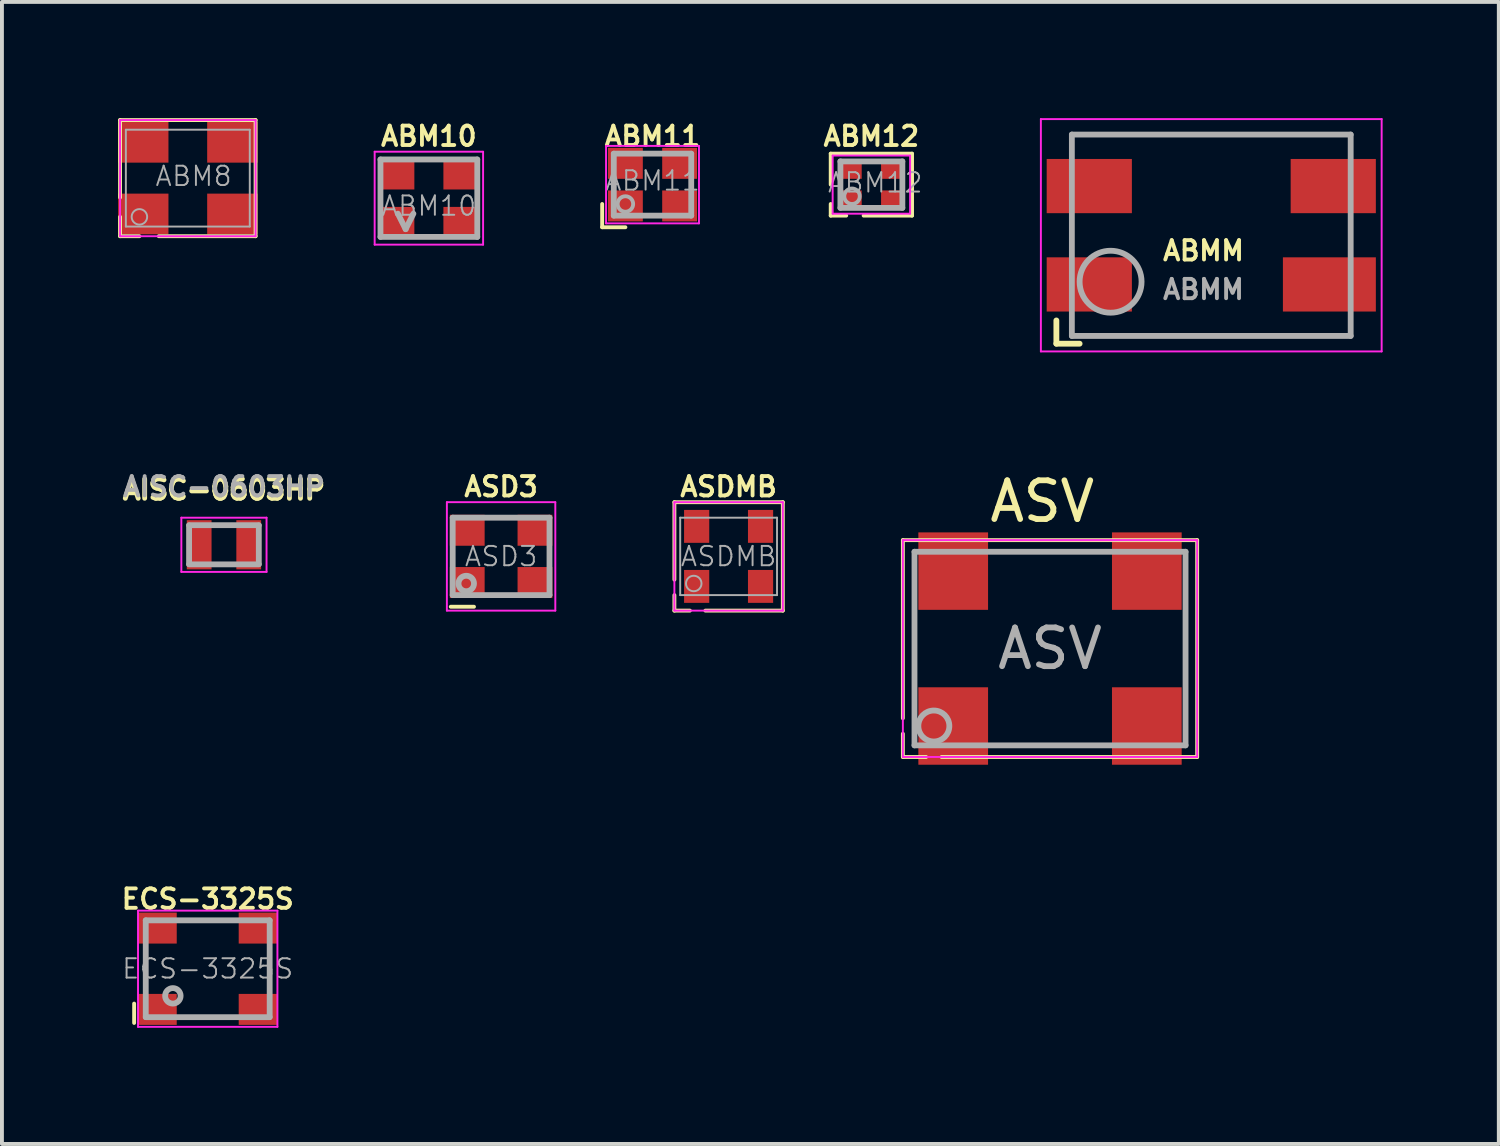
<source format=kicad_pcb>
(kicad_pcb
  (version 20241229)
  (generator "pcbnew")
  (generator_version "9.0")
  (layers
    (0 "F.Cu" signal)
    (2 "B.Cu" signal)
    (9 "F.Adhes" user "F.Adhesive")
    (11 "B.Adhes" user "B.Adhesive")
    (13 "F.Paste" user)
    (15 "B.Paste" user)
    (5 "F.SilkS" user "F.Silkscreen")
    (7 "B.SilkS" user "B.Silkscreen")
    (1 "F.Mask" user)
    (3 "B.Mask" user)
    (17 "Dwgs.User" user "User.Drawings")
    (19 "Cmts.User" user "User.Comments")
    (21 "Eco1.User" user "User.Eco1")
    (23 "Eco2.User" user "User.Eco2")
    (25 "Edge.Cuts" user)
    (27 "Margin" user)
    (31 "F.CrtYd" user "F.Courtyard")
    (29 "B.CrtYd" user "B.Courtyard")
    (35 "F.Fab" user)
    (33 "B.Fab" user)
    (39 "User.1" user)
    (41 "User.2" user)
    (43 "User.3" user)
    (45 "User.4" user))
  (footprint "AISC-0603HP"
    (layer "F.Cu")
    (at 2.733 11.018)
    (property "Reference" "AISC-0603HP" (at 0 -1.425 0) (layer "F.SilkS") (effects (font (size 0.5 0.5) (thickness 0.125))))
    (attr smd)
    (fp_line (start -1.1 -0.7) (end -1.1 0.7) (stroke (width 0.05) (type solid)) (layer "F.CrtYd"))
    (fp_line (start -1.1 -0.7) (end 1.1 -0.7) (stroke (width 0.05) (type solid)) (layer "F.CrtYd"))
    (fp_line (start -1.1 0.7) (end 1.1 0.7) (stroke (width 0.05) (type solid)) (layer "F.CrtYd"))
    (fp_line (start 1.1 -0.7) (end 1.1 0.7) (stroke (width 0.05) (type solid)) (layer "F.CrtYd"))
    (fp_line (start -0.9 -0.5) (end -0.9 0.5) (stroke (width 0.15) (type solid)) (layer "F.Fab"))
    (fp_line (start -0.9 0.506) (end 0.9 0.506) (stroke (width 0.15) (type solid)) (layer "F.Fab"))
    (fp_line (start 0.9 -0.506) (end -0.9 -0.506) (stroke (width 0.15) (type solid)) (layer "F.Fab"))
    (fp_line (start 0.9 0.5) (end 0.9 -0.5) (stroke (width 0.15) (type solid)) (layer "F.Fab"))
    (fp_text user "${REFERENCE}" (at 0 -1.5 0) (layer "F.Fab") (effects (font (size 0.5 0.5) (thickness 0.1))))
    (pad "1" smd rect (at -0.64 0) (size 0.64 1.27) (layers "F.Cu" "F.Mask" "F.Paste"))
    (pad "2" smd rect (at 0.64 0) (size 0.64 1.27) (layers "F.Cu" "F.Mask" "F.Paste")))
  (footprint "ASD3"
    (layer "F.Cu")
    (at 9.89 11.318)
    (property "Reference" "ASD3" (at 0 -1.8 0) (layer "F.SilkS") (effects (font (size 0.5 0.5) (thickness 0.1))))
    (attr smd)
    (fp_line (start -1.3 1.3) (end -0.7 1.3) (stroke (width 0.1) (type solid)) (layer "F.SilkS"))
    (fp_line (start -1.4 -1.4) (end 1.4 -1.4) (stroke (width 0.05) (type solid)) (layer "F.CrtYd"))
    (fp_line (start -1.4 1.4) (end -1.4 -1.4) (stroke (width 0.05) (type solid)) (layer "F.CrtYd"))
    (fp_line (start 1.4 -1.4) (end 1.4 1.4) (stroke (width 0.05) (type solid)) (layer "F.CrtYd"))
    (fp_line (start 1.4 1.4) (end -1.4 1.4) (stroke (width 0.05) (type solid)) (layer "F.CrtYd"))
    (fp_line (start -1.25 -1) (end 1.25 -1) (stroke (width 0.15) (type solid)) (layer "F.Fab"))
    (fp_line (start -1.25 1) (end -1.25 -1) (stroke (width 0.15) (type solid)) (layer "F.Fab"))
    (fp_line (start 1.25 -1) (end 1.25 1) (stroke (width 0.15) (type solid)) (layer "F.Fab"))
    (fp_line (start 1.25 1) (end -1.25 1) (stroke (width 0.15) (type solid)) (layer "F.Fab"))
    (fp_circle (center -0.9 0.7) (end -0.7 0.7) (stroke (width 0.15) (type solid)) (fill no) (layer "F.Fab"))
    (fp_text user "${REFERENCE}" (at 0 0 0) (layer "F.Fab") (effects (font (size 0.5 0.5) (thickness 0.05))))
    (pad "1" smd rect (at -0.875 0.675) (size 0.9 0.8) (layers "F.Cu" "F.Mask" "F.Paste"))
    (pad "2" smd rect (at 0.875 0.675) (size 0.9 0.8) (layers "F.Cu" "F.Mask" "F.Paste"))
    (pad "3" smd rect (at 0.875 -0.675) (size 0.9 0.8) (layers "F.Cu" "F.Mask" "F.Paste"))
    (pad "4" smd rect (at -0.875 -0.675) (size 0.9 0.8) (layers "F.Cu" "F.Mask" "F.Paste")))
  (footprint "ASDMB"
    (layer "F.Cu")
    (at 15.765 11.318)
    (property "Reference" "ASDMB" (at 0 -1.8 0) (layer "F.SilkS") (effects (font (size 0.5 0.5) (thickness 0.1))))
    (attr smd)
    (fp_line (start -1.4 -1.4) (end 1.4 -1.4) (stroke (width 0.1) (type solid)) (layer "F.SilkS"))
    (fp_line (start -1.4 0.6) (end -1.4 -1.4) (stroke (width 0.1) (type solid)) (layer "F.SilkS"))
    (fp_line (start -1.4 1) (end -1.4 1.4) (stroke (width 0.1) (type solid)) (layer "F.SilkS"))
    (fp_line (start -1.4 1.4) (end -1 1.4) (stroke (width 0.1) (type solid)) (layer "F.SilkS"))
    (fp_line (start 1.4 -1.4) (end 1.4 1.4) (stroke (width 0.1) (type solid)) (layer "F.SilkS"))
    (fp_line (start 1.4 1.4) (end -0.6 1.4) (stroke (width 0.1) (type solid)) (layer "F.SilkS"))
    (fp_line (start -1.4 -1.4) (end 1.4 -1.4) (stroke (width 0.05) (type solid)) (layer "F.CrtYd"))
    (fp_line (start -1.4 1.4) (end -1.4 -1.4) (stroke (width 0.05) (type solid)) (layer "F.CrtYd"))
    (fp_line (start 1.4 -1.4) (end 1.4 1.4) (stroke (width 0.05) (type solid)) (layer "F.CrtYd"))
    (fp_line (start 1.4 1.4) (end -1.4 1.4) (stroke (width 0.05) (type solid)) (layer "F.CrtYd"))
    (fp_line (start -1.25 -1) (end 1.25 -1) (stroke (width 0.05) (type solid)) (layer "F.Fab"))
    (fp_line (start -1.25 1) (end -1.25 -1) (stroke (width 0.05) (type solid)) (layer "F.Fab"))
    (fp_line (start 1.25 -1) (end 1.25 1) (stroke (width 0.05) (type solid)) (layer "F.Fab"))
    (fp_line (start 1.25 1) (end -1.25 1) (stroke (width 0.05) (type solid)) (layer "F.Fab"))
    (fp_circle (center -0.9 0.7) (end -0.7 0.7) (stroke (width 0.05) (type solid)) (fill no) (layer "F.Fab"))
    (fp_text user "${REFERENCE}" (at 0 0 0) (layer "F.Fab") (effects (font (size 0.5 0.5) (thickness 0.05))))
    (pad "1" smd rect (at -0.825 0.775) (size 0.65 0.85) (layers "F.Cu" "F.Mask" "F.Paste"))
    (pad "2" smd rect (at 0.825 0.775) (size 0.65 0.85) (layers "F.Cu" "F.Mask" "F.Paste"))
    (pad "3" smd rect (at 0.825 -0.775) (size 0.65 0.85) (layers "F.Cu" "F.Mask" "F.Paste"))
    (pad "4" smd rect (at -0.825 -0.775) (size 0.65 0.85) (layers "F.Cu" "F.Mask" "F.Paste")))
  (footprint "ASV"
    (layer "F.Cu")
    (at 24.065 13.698)
    (property "Reference" "ASV" (at -0.2 -3.8 0) (layer "F.SilkS") (effects (font (size 1 1) (thickness 0.15))))
    (attr smd)
    (fp_line (start -3.8 -2.8) (end 3.8 -2.8) (stroke (width 0.1) (type solid)) (layer "F.SilkS"))
    (fp_line (start -3.8 1.8) (end -3.8 -2.8) (stroke (width 0.1) (type solid)) (layer "F.SilkS"))
    (fp_line (start -3.8 2.2) (end -3.8 2.8) (stroke (width 0.1) (type solid)) (layer "F.SilkS"))
    (fp_line (start -3.8 2.8) (end -3.2 2.8) (stroke (width 0.1) (type solid)) (layer "F.SilkS"))
    (fp_line (start 3.8 -2.8) (end 3.8 2.8) (stroke (width 0.1) (type solid)) (layer "F.SilkS"))
    (fp_line (start 3.8 2.8) (end -2.8 2.8) (stroke (width 0.1) (type solid)) (layer "F.SilkS"))
    (fp_line (start -3.8 -2.8) (end 3.8 -2.8) (stroke (width 0.05) (type solid)) (layer "F.CrtYd"))
    (fp_line (start -3.8 2.8) (end -3.8 -2.8) (stroke (width 0.05) (type solid)) (layer "F.CrtYd"))
    (fp_line (start 3.8 -2.8) (end 3.8 2.8) (stroke (width 0.05) (type solid)) (layer "F.CrtYd"))
    (fp_line (start 3.8 2.8) (end -3.8 2.8) (stroke (width 0.05) (type solid)) (layer "F.CrtYd"))
    (fp_line (start -3.5 -2.5) (end 3.5 -2.5) (stroke (width 0.15) (type solid)) (layer "F.Fab"))
    (fp_line (start -3.5 2.5) (end -3.5 -2.5) (stroke (width 0.15) (type solid)) (layer "F.Fab"))
    (fp_line (start 3.5 -2.5) (end 3.5 2.5) (stroke (width 0.15) (type solid)) (layer "F.Fab"))
    (fp_line (start 3.5 2.5) (end -3.5 2.5) (stroke (width 0.15) (type solid)) (layer "F.Fab"))
    (fp_circle (center -3 2) (end -2.6 2) (stroke (width 0.15) (type solid)) (fill no) (layer "F.Fab"))
    (fp_text user "${REFERENCE}" (at 0 0 0) (layer "F.Fab") (effects (font (size 1 1) (thickness 0.15))))
    (pad "1" smd rect (at -2.5 2) (size 1.8 2) (layers "F.Cu" "F.Mask" "F.Paste"))
    (pad "2" smd rect (at 2.5 2) (size 1.8 2) (layers "F.Cu" "F.Mask" "F.Paste"))
    (pad "3" smd rect (at 2.5 -2) (size 1.8 2) (layers "F.Cu" "F.Mask" "F.Paste"))
    (pad "4" smd rect (at -2.5 -2) (size 1.8 2) (layers "F.Cu" "F.Mask" "F.Paste")))
  (footprint "ABM12"
    (layer "F.Cu")
    (at 19.452 1.718)
    (property "Reference" "ABM12" (at 0 -1.25 0) (layer "F.SilkS") (effects (font (size 0.5 0.5) (thickness 0.1))))
    (attr smd)
    (fp_line (start -1.05 -0.8) (end 1.05 -0.8) (stroke (width 0.1) (type solid)) (layer "F.SilkS"))
    (fp_line (start -1.05 0) (end -1.05 -0.8) (stroke (width 0.1) (type solid)) (layer "F.SilkS"))
    (fp_line (start -1.05 0.5) (end -1.05 0.8) (stroke (width 0.1) (type solid)) (layer "F.SilkS"))
    (fp_line (start -1.05 0.8) (end -0.65 0.8) (stroke (width 0.1) (type solid)) (layer "F.SilkS"))
    (fp_line (start 1.05 -0.8) (end 1.05 0.8) (stroke (width 0.1) (type solid)) (layer "F.SilkS"))
    (fp_line (start 1.05 0.8) (end -0.2 0.8) (stroke (width 0.1) (type solid)) (layer "F.SilkS"))
    (fp_line (start -1 -0.75) (end 1 -0.75) (stroke (width 0.05) (type solid)) (layer "F.CrtYd"))
    (fp_line (start -1 0.75) (end -1 -0.75) (stroke (width 0.05) (type solid)) (layer "F.CrtYd"))
    (fp_line (start 1 -0.75) (end 1 0.75) (stroke (width 0.05) (type solid)) (layer "F.CrtYd"))
    (fp_line (start 1 0.75) (end -1 0.75) (stroke (width 0.05) (type solid)) (layer "F.CrtYd"))
    (fp_line (start -0.8 -0.6) (end 0.8 -0.6) (stroke (width 0.15) (type solid)) (layer "F.Fab"))
    (fp_line (start -0.8 0.6) (end -0.8 -0.6) (stroke (width 0.15) (type solid)) (layer "F.Fab"))
    (fp_line (start 0.8 -0.6) (end -0.8 -0.6) (stroke (width 0.05) (type solid)) (layer "F.Fab"))
    (fp_line (start 0.8 -0.6) (end 0.8 0.6) (stroke (width 0.15) (type solid)) (layer "F.Fab"))
    (fp_line (start 0.8 0.6) (end -0.8 0.6) (stroke (width 0.15) (type solid)) (layer "F.Fab"))
    (fp_circle (center -0.5 0.3) (end -0.3 0.3) (stroke (width 0.1) (type solid)) (fill no) (layer "F.Fab"))
    (fp_text user "${REFERENCE}" (at 0.1 -0.05 0) (layer "F.Fab") (effects (font (size 0.5 0.5) (thickness 0.05))))
    (pad "1" smd rect (at -0.55 0.4 180) (size 0.6 0.5) (layers "F.Cu" "F.Mask" "F.Paste"))
    (pad "2" smd rect (at 0.55 0.4 180) (size 0.6 0.5) (layers "F.Cu" "F.Mask" "F.Paste"))
    (pad "3" smd rect (at 0.55 -0.4 180) (size 0.6 0.5) (layers "F.Cu" "F.Mask" "F.Paste"))
    (pad "4" smd rect (at -0.55 -0.4 180) (size 0.6 0.5) (layers "F.Cu" "F.Mask" "F.Paste")))
  (footprint "ABMM"
    (layer "F.Cu")
    (at 28.229 3.025)
    (property "Reference" "ABMM" (at -0.2 0.4 180) (layer "F.SilkS") (effects (font (size 0.5 0.5) (thickness 0.1))))
    (attr smd)
    (fp_line (start -4 2.2) (end -4 2.8) (stroke (width 0.15) (type solid)) (layer "F.SilkS"))
    (fp_line (start -4 2.8) (end -3.4 2.8) (stroke (width 0.15) (type solid)) (layer "F.SilkS"))
    (fp_line (start -3.4 2.8) (end -3.4 2.8) (stroke (width 0.05) (type solid)) (layer "F.SilkS"))
    (fp_line (start -4.4 -3) (end -4.4 3) (stroke (width 0.05) (type solid)) (layer "F.CrtYd"))
    (fp_line (start -4.4 3) (end 4.4 3) (stroke (width 0.05) (type solid)) (layer "F.CrtYd"))
    (fp_line (start 4.4 -3) (end -4.4 -3) (stroke (width 0.05) (type solid)) (layer "F.CrtYd"))
    (fp_line (start 4.4 3) (end 4.4 -3) (stroke (width 0.05) (type solid)) (layer "F.CrtYd"))
    (fp_line (start -3.6 -2.6) (end 3.6 -2.6) (stroke (width 0.15) (type solid)) (layer "F.Fab"))
    (fp_line (start -3.6 2.6) (end -3.6 -2.6) (stroke (width 0.15) (type solid)) (layer "F.Fab"))
    (fp_line (start -3.6 2.6) (end 3.6 2.6) (stroke (width 0.15) (type solid)) (layer "F.Fab"))
    (fp_line (start 3.6 -2.6) (end 3.6 2.6) (stroke (width 0.15) (type solid)) (layer "F.Fab"))
    (fp_circle (center -2.6 1.2) (end -1.8 1.2) (stroke (width 0.15) (type solid)) (fill no) (layer "F.Fab"))
    (fp_text user "${REFERENCE}" (at -0.2 1.4 0) (layer "F.Fab") (effects (font (size 0.5 0.5) (thickness 0.1))))
    (pad "1" smd rect (at -3.15 1.27) (size 2.2 1.4) (layers "F.Cu" "F.Mask" "F.Paste"))
    (pad "2" smd rect (at -3.15 -1.27) (size 2.2 1.4) (layers "F.Cu" "F.Mask" "F.Paste"))
    (pad "3" smd rect (at 3.15 -1.27) (size 2.2 1.4) (layers "F.Cu" "F.Mask" "F.Paste"))
    (pad "4" smd rect (at 3.05 1.27) (size 2.4 1.4) (layers "F.Cu" "F.Mask" "F.Paste")))
  (footprint "ABM8"
    (layer "F.Cu")
    (at 1.8 1.55)
    (property "Reference" "ABM8" (at 0.15 -0.05 0) (layer "F.Fab") (effects (font (size 0.5 0.5) (thickness 0.05))))
    (attr smd)
    (fp_line (start -1.75 -1.5) (end 1.75 -1.5) (stroke (width 0.1) (type solid)) (layer "F.SilkS"))
    (fp_line (start -1.75 0.5) (end -1.75 -1.5) (stroke (width 0.1) (type solid)) (layer "F.SilkS"))
    (fp_line (start -1.75 1) (end -1.75 1.5) (stroke (width 0.1) (type solid)) (layer "F.SilkS"))
    (fp_line (start -1.75 1.5) (end -1.25 1.5) (stroke (width 0.1) (type solid)) (layer "F.SilkS"))
    (fp_line (start 1.75 -1.5) (end 1.75 1.5) (stroke (width 0.1) (type solid)) (layer "F.SilkS"))
    (fp_line (start 1.75 1.5) (end -0.75 1.5) (stroke (width 0.1) (type solid)) (layer "F.SilkS"))
    (fp_line (start -1.75 -1.5) (end 1.75 -1.5) (stroke (width 0.05) (type solid)) (layer "F.CrtYd"))
    (fp_line (start -1.75 1.5) (end -1.75 -1.5) (stroke (width 0.05) (type solid)) (layer "F.CrtYd"))
    (fp_line (start 1.75 -1.5) (end 1.75 1.5) (stroke (width 0.05) (type solid)) (layer "F.CrtYd"))
    (fp_line (start 1.75 1.5) (end -1.75 1.5) (stroke (width 0.05) (type solid)) (layer "F.CrtYd"))
    (fp_line (start -1.6 -1.25) (end 1.6 -1.25) (stroke (width 0.05) (type solid)) (layer "F.Fab"))
    (fp_line (start -1.6 1.25) (end -1.6 -1.25) (stroke (width 0.05) (type solid)) (layer "F.Fab"))
    (fp_line (start 1.6 -1.25) (end 1.6 1.25) (stroke (width 0.05) (type solid)) (layer "F.Fab"))
    (fp_line (start 1.6 1.25) (end -1.6 1.25) (stroke (width 0.05) (type solid)) (layer "F.Fab"))
    (fp_circle (center -1.25 1) (end -1.05 1) (stroke (width 0.05) (type solid)) (fill no) (layer "F.Fab"))
    (pad "1" smd rect (at -1.15 0.925 180) (size 1.3 1.05) (layers "F.Cu" "F.Mask" "F.Paste"))
    (pad "2" smd rect (at 1.15 0.925 180) (size 1.3 1.05) (layers "F.Cu" "F.Mask" "F.Paste"))
    (pad "3" smd rect (at 1.15 -0.925 180) (size 1.3 1.05) (layers "F.Cu" "F.Mask" "F.Paste"))
    (pad "4" smd rect (at -1.15 -0.925 180) (size 1.3 1.05) (layers "F.Cu" "F.Mask" "F.Paste")))
  (footprint "ABM10"
    (layer "F.Cu")
    (at 8.025 2.068)
    (property "Reference" "ABM10" (at 0 -1.6 0) (layer "F.SilkS") (effects (font (size 0.5 0.5) (thickness 0.1))))
    (attr smd)
    (fp_line (start -1.4 -1.2) (end 1.4 -1.2) (stroke (width 0.05) (type solid)) (layer "F.CrtYd"))
    (fp_line (start -1.4 1.2) (end -1.4 -1.2) (stroke (width 0.05) (type solid)) (layer "F.CrtYd"))
    (fp_line (start 1.4 -1.2) (end 1.4 1.2) (stroke (width 0.05) (type solid)) (layer "F.CrtYd"))
    (fp_line (start 1.4 1.2) (end -1.4 1.2) (stroke (width 0.05) (type solid)) (layer "F.CrtYd"))
    (fp_line (start -1.25 -1) (end 1.25 -1) (stroke (width 0.15) (type solid)) (layer "F.Fab"))
    (fp_line (start -1.25 1) (end -1.25 -1) (stroke (width 0.15) (type solid)) (layer "F.Fab"))
    (fp_line (start -0.8 0.4) (end -0.6 0.8) (stroke (width 0.15) (type solid)) (layer "F.Fab"))
    (fp_line (start -0.6 0.8) (end -0.4 0.4) (stroke (width 0.15) (type solid)) (layer "F.Fab"))
    (fp_line (start 1.25 -1) (end 1.25 1) (stroke (width 0.15) (type solid)) (layer "F.Fab"))
    (fp_line (start 1.25 1) (end -1.25 1) (stroke (width 0.15) (type solid)) (layer "F.Fab"))
    (fp_text user "${REFERENCE}" (at 0 0.2 0) (layer "F.Fab") (effects (font (size 0.5 0.5) (thickness 0.05))))
    (pad "1" smd rect (at -0.825 0.625) (size 0.9 0.8) (layers "F.Cu" "F.Mask" "F.Paste"))
    (pad "2" smd rect (at 0.825 0.625) (size 0.9 0.8) (layers "F.Cu" "F.Mask" "F.Paste"))
    (pad "3" smd rect (at 0.825 -0.625) (size 0.9 0.8) (layers "F.Cu" "F.Mask" "F.Paste"))
    (pad "4" smd rect (at -0.825 -0.625) (size 0.9 0.8) (layers "F.Cu" "F.Mask" "F.Paste")))
  (footprint "ECS-3325S"
    (layer "F.Cu")
    (at 2.314 21.966)
    (property "Reference" "ECS-3325S" (at 0 -1.8 0) (layer "F.SilkS") (effects (font (size 0.5 0.5) (thickness 0.1))))
    (attr smd)
    (fp_line (start -1.9 0.9) (end -1.9 1.4) (stroke (width 0.1) (type solid)) (layer "F.SilkS"))
    (fp_line (start -1.8 -1.5) (end 1.8 -1.5) (stroke (width 0.05) (type solid)) (layer "F.CrtYd"))
    (fp_line (start -1.8 1.5) (end -1.8 -1.5) (stroke (width 0.05) (type solid)) (layer "F.CrtYd"))
    (fp_line (start 1.8 -1.5) (end 1.8 1.5) (stroke (width 0.05) (type solid)) (layer "F.CrtYd"))
    (fp_line (start 1.8 1.5) (end -1.8 1.5) (stroke (width 0.05) (type solid)) (layer "F.CrtYd"))
    (fp_line (start -1.6 -1.25) (end 1.6 -1.25) (stroke (width 0.15) (type solid)) (layer "F.Fab"))
    (fp_line (start -1.6 1.25) (end -1.6 -1.25) (stroke (width 0.15) (type solid)) (layer "F.Fab"))
    (fp_line (start 1.6 -1.25) (end 1.6 1.25) (stroke (width 0.15) (type solid)) (layer "F.Fab"))
    (fp_line (start 1.6 1.25) (end -1.6 1.25) (stroke (width 0.15) (type solid)) (layer "F.Fab"))
    (fp_circle (center -0.9 0.7) (end -0.7 0.7) (stroke (width 0.15) (type solid)) (fill no) (layer "F.Fab"))
    (fp_text user "${REFERENCE}" (at 0 0 0) (layer "F.Fab") (effects (font (size 0.5 0.5) (thickness 0.05))))
    (pad "1" smd rect (at -1.3 1.05) (size 1 0.8) (layers "F.Cu" "F.Mask" "F.Paste"))
    (pad "3" smd rect (at 1.3 1.05) (size 1 0.8) (layers "F.Cu" "F.Mask" "F.Paste"))
    (pad "4" smd rect (at 1.3 -1.05) (size 1 0.8) (layers "F.Cu" "F.Mask" "F.Paste"))
    (pad "6" smd rect (at -1.3 -1.05) (size 1 0.8) (layers "F.Cu" "F.Mask" "F.Paste")))
  (footprint "ABM11"
    (layer "F.Cu")
    (at 13.8 1.718)
    (property "Reference" "ABM11" (at 0 -1.25 0) (layer "F.SilkS") (effects (font (size 0.5 0.5) (thickness 0.1))))
    (attr smd)
    (fp_line (start -1.3 0.5) (end -1.3 1.1) (stroke (width 0.1) (type solid)) (layer "F.SilkS"))
    (fp_line (start -1.3 1.1) (end -0.7 1.1) (stroke (width 0.1) (type solid)) (layer "F.SilkS"))
    (fp_line (start -1.2 -1) (end 1.2 -1) (stroke (width 0.05) (type solid)) (layer "F.CrtYd"))
    (fp_line (start -1.2 1) (end -1.2 -1) (stroke (width 0.05) (type solid)) (layer "F.CrtYd"))
    (fp_line (start 1.2 -1) (end 1.2 1) (stroke (width 0.05) (type solid)) (layer "F.CrtYd"))
    (fp_line (start 1.2 1) (end -1.2 1) (stroke (width 0.05) (type solid)) (layer "F.CrtYd"))
    (fp_line (start -1 -0.8) (end 1 -0.8) (stroke (width 0.15) (type solid)) (layer "F.Fab"))
    (fp_line (start -1 0.8) (end -1 -0.8) (stroke (width 0.15) (type solid)) (layer "F.Fab"))
    (fp_line (start 1 -0.8) (end 1 0.8) (stroke (width 0.15) (type solid)) (layer "F.Fab"))
    (fp_line (start 1 0.8) (end -1 0.8) (stroke (width 0.15) (type solid)) (layer "F.Fab"))
    (fp_circle (center -0.7 0.5) (end -0.5 0.5) (stroke (width 0.1) (type solid)) (fill no) (layer "F.Fab"))
    (fp_text user "${REFERENCE}" (at 0 -0.1 0) (layer "F.Fab") (effects (font (size 0.5 0.5) (thickness 0.05))))
    (pad "1" smd rect (at -0.7 0.55) (size 0.9 0.8) (layers "F.Cu" "F.Mask" "F.Paste"))
    (pad "2" smd rect (at 0.7 0.55) (size 0.9 0.8) (layers "F.Cu" "F.Mask" "F.Paste"))
    (pad "3" smd rect (at 0.7 -0.55) (size 0.9 0.8) (layers "F.Cu" "F.Mask" "F.Paste"))
    (pad "4" smd rect (at -0.7 -0.55) (size 0.9 0.8) (layers "F.Cu" "F.Mask" "F.Paste")))
  (gr_rect
    (start -3 -3)
    (end 35.654 26.491)
    (stroke (width 0.1) (type default))
    (fill no)
    (layer "Edge.Cuts")))
</source>
